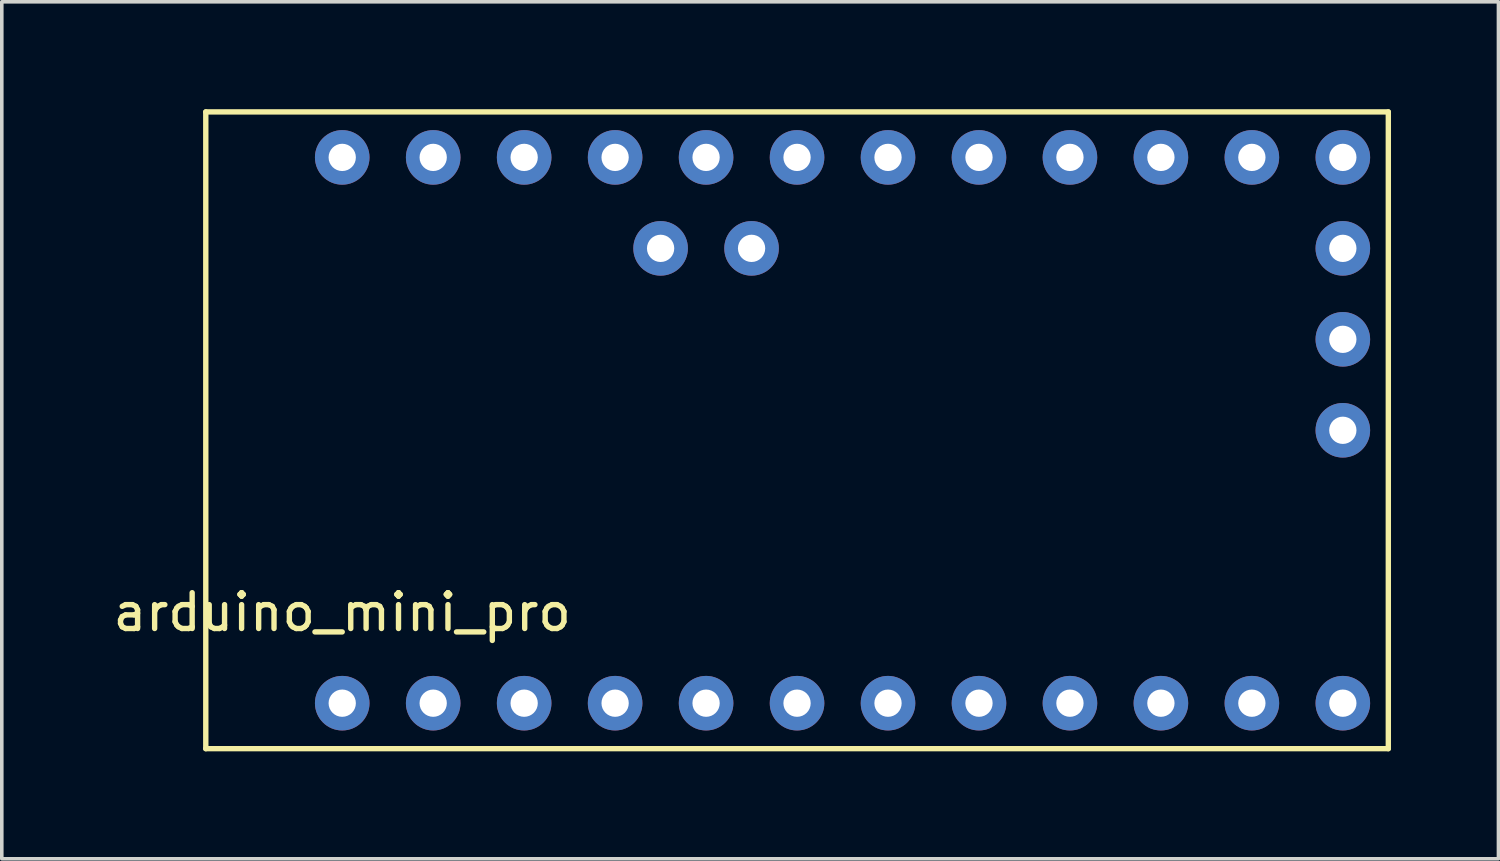
<source format=kicad_pcb>
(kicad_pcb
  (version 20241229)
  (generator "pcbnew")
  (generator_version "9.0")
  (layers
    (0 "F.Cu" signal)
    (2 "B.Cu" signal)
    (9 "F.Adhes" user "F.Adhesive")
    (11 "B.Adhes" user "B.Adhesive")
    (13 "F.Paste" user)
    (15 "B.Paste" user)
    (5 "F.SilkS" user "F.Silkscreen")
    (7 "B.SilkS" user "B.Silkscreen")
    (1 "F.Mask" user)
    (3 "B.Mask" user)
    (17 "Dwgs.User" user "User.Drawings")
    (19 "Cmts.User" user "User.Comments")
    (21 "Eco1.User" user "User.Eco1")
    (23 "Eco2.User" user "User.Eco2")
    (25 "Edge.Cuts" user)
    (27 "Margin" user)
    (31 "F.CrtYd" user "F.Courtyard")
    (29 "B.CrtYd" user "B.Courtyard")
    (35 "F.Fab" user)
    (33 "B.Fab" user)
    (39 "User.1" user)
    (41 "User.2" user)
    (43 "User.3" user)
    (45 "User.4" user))
  (footprint "arduino_mini_pro"
    (layer "F.Cu")
    (at 6.506 8.965)
    (property "Reference" "arduino_mini_pro" (at 0 5.08 0) (layer "F.SilkS") (effects (font (size 1 1) (thickness 0.15))))
    (attr through_hole)
    (fp_line (start -3.81 -8.89) (end 29.21 -8.89) (stroke (width 0.15) (type solid)) (layer "F.SilkS"))
    (fp_line (start -3.81 8.89) (end -3.81 -8.89) (stroke (width 0.15) (type solid)) (layer "F.SilkS"))
    (fp_line (start 29.21 -8.89) (end 29.21 8.89) (stroke (width 0.15) (type solid)) (layer "F.SilkS"))
    (fp_line (start 29.21 8.89) (end -3.81 8.89) (stroke (width 0.15) (type solid)) (layer "F.SilkS"))
    (pad "1" thru_hole circle (at 0 7.62) (size 1.524 1.524) (drill 0.762) (layers "*.Cu" "*.Mask"))
    (pad "2" thru_hole circle (at 2.54 7.62) (size 1.524 1.524) (drill 0.762) (layers "*.Cu" "*.Mask"))
    (pad "3" thru_hole circle (at 5.08 7.62) (size 1.524 1.524) (drill 0.762) (layers "*.Cu" "*.Mask"))
    (pad "4" thru_hole circle (at 7.62 7.62) (size 1.524 1.524) (drill 0.762) (layers "*.Cu" "*.Mask"))
    (pad "5" thru_hole circle (at 10.16 7.62) (size 1.524 1.524) (drill 0.762) (layers "*.Cu" "*.Mask"))
    (pad "6" thru_hole circle (at 12.7 7.62) (size 1.524 1.524) (drill 0.762) (layers "*.Cu" "*.Mask"))
    (pad "7" thru_hole circle (at 15.24 7.62) (size 1.524 1.524) (drill 0.762) (layers "*.Cu" "*.Mask"))
    (pad "8" thru_hole circle (at 17.78 7.62) (size 1.524 1.524) (drill 0.762) (layers "*.Cu" "*.Mask"))
    (pad "9" thru_hole circle (at 20.32 7.62) (size 1.524 1.524) (drill 0.762) (layers "*.Cu" "*.Mask"))
    (pad "10" thru_hole circle (at 22.86 7.62) (size 1.524 1.524) (drill 0.762) (layers "*.Cu" "*.Mask"))
    (pad "11" thru_hole circle (at 25.4 7.62) (size 1.524 1.524) (drill 0.762) (layers "*.Cu" "*.Mask"))
    (pad "12" thru_hole circle (at 27.94 7.62) (size 1.524 1.524) (drill 0.762) (layers "*.Cu" "*.Mask"))
    (pad "13" thru_hole circle (at 27.94 0) (size 1.524 1.524) (drill 0.762) (layers "*.Cu" "*.Mask"))
    (pad "14" thru_hole circle (at 27.94 -2.54) (size 1.524 1.524) (drill 0.762) (layers "*.Cu" "*.Mask"))
    (pad "15" thru_hole circle (at 27.94 -5.08) (size 1.524 1.524) (drill 0.762) (layers "*.Cu" "*.Mask"))
    (pad "16" thru_hole circle (at 27.94 -7.62) (size 1.524 1.524) (drill 0.762) (layers "*.Cu" "*.Mask"))
    (pad "17" thru_hole circle (at 25.4 -7.62) (size 1.524 1.524) (drill 0.762) (layers "*.Cu" "*.Mask"))
    (pad "18" thru_hole circle (at 22.86 -7.62) (size 1.524 1.524) (drill 0.762) (layers "*.Cu" "*.Mask"))
    (pad "19" thru_hole circle (at 20.32 -7.62) (size 1.524 1.524) (drill 0.762) (layers "*.Cu" "*.Mask"))
    (pad "20" thru_hole circle (at 17.78 -7.62) (size 1.524 1.524) (drill 0.762) (layers "*.Cu" "*.Mask"))
    (pad "21" thru_hole circle (at 15.24 -7.62) (size 1.524 1.524) (drill 0.762) (layers "*.Cu" "*.Mask"))
    (pad "22" thru_hole circle (at 12.7 -7.62) (size 1.524 1.524) (drill 0.762) (layers "*.Cu" "*.Mask"))
    (pad "23" thru_hole circle (at 10.16 -7.62) (size 1.524 1.524) (drill 0.762) (layers "*.Cu" "*.Mask"))
    (pad "24" thru_hole circle (at 11.43 -5.08) (size 1.524 1.524) (drill 0.762) (layers "*.Cu" "*.Mask"))
    (pad "25" thru_hole circle (at 8.89 -5.08) (size 1.524 1.524) (drill 0.762) (layers "*.Cu" "*.Mask"))
    (pad "26" thru_hole circle (at 7.62 -7.62) (size 1.524 1.524) (drill 0.762) (layers "*.Cu" "*.Mask"))
    (pad "27" thru_hole circle (at 5.08 -7.62) (size 1.524 1.524) (drill 0.762) (layers "*.Cu" "*.Mask"))
    (pad "28" thru_hole circle (at 2.54 -7.62) (size 1.524 1.524) (drill 0.762) (layers "*.Cu" "*.Mask"))
    (pad "29" thru_hole circle (at 0 -7.62) (size 1.524 1.524) (drill 0.762) (layers "*.Cu" "*.Mask")))
  (gr_rect
    (start -3 -3)
    (end 38.791 20.93)
    (stroke (width 0.1) (type default))
    (fill no)
    (layer "Edge.Cuts")))
</source>
